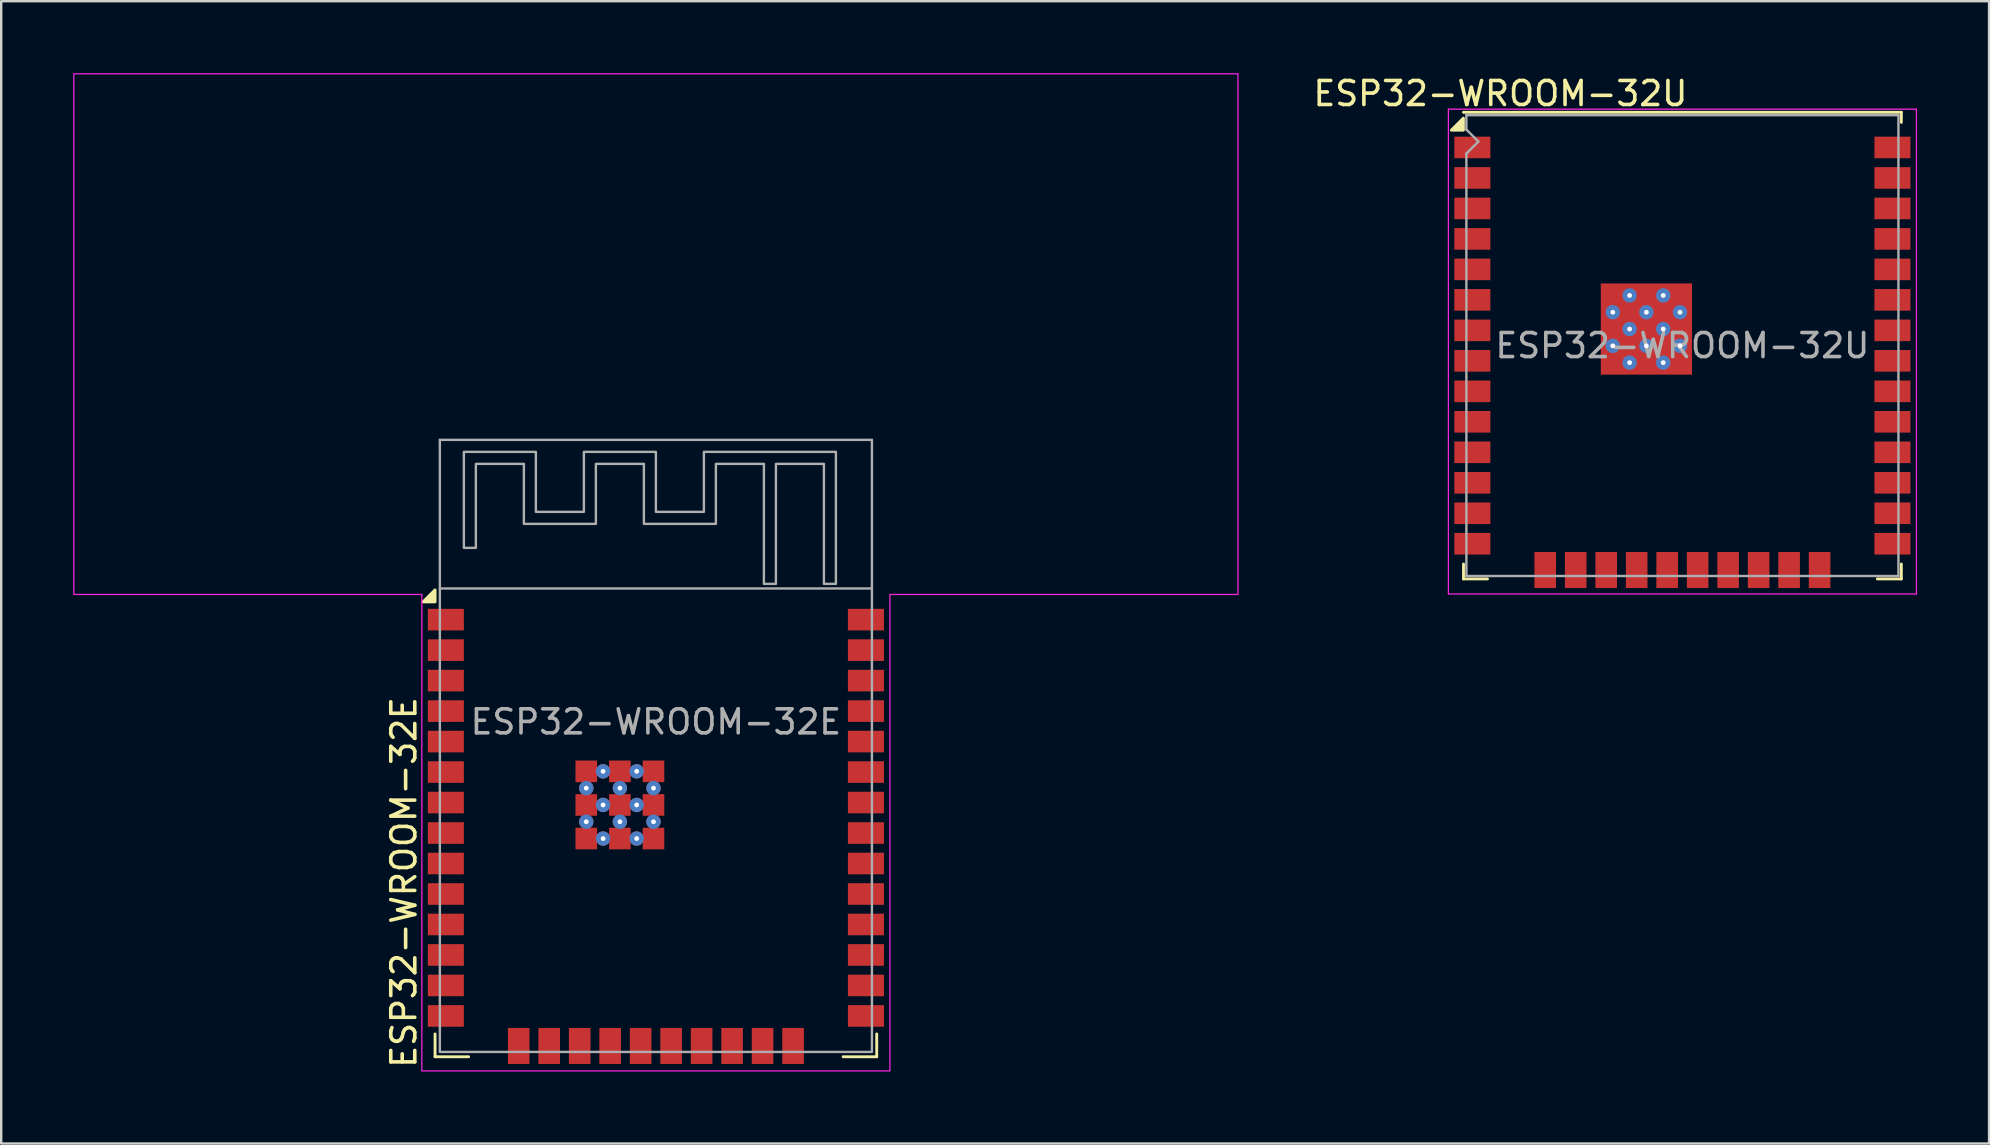
<source format=kicad_pcb>
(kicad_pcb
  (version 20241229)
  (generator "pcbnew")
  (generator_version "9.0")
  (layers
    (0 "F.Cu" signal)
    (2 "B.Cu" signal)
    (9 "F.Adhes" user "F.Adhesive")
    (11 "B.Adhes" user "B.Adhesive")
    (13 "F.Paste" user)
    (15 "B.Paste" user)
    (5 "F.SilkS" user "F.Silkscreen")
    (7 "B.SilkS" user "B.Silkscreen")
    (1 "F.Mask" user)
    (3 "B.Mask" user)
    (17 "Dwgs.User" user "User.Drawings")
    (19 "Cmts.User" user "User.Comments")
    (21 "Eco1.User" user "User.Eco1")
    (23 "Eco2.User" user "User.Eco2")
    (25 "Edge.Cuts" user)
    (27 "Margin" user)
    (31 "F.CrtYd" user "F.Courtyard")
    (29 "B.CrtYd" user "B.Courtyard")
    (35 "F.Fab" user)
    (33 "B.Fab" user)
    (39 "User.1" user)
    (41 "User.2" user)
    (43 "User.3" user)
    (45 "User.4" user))
  (footprint "ESP32-WROOM-32E"
    (layer "F.Cu")
    (at 24.275 28.025)
    (property "Reference" "ESP32-WROOM-32E" (at -10.5 13.5 90) (layer "F.SilkS") (effects (font (size 1 1) (thickness 0.15)) (justify left)))
    (attr smd)
    (fp_line (start -9.2 12.95) (end -9.2 12) (stroke (width 0.12) (type solid)) (layer "F.SilkS"))
    (fp_line (start -7.8 12.95) (end -9.2 12.95) (stroke (width 0.12) (type solid)) (layer "F.SilkS"))
    (fp_line (start 7.8 12.95) (end 9.2 12.95) (stroke (width 0.12) (type solid)) (layer "F.SilkS"))
    (fp_line (start 9.2 12.95) (end 9.2 12) (stroke (width 0.12) (type solid)) (layer "F.SilkS"))
    (fp_poly (pts (xy -9.2 -6) (xy -9.7 -6) (xy -9.2 -6.5) (xy -9.2 -6)) (stroke (width 0.12) (type solid)) (fill yes) (layer "F.SilkS"))
    (fp_poly (pts (xy -24.25 -28) (xy 24.25 -28) (xy 24.25 -6.31) (xy 9.75 -6.31) (xy 9.75 13.54) (xy -9.75 13.54) (xy -9.75 -6.31) (xy -24.25 -6.31)) (stroke (width 0.05) (type solid)) (fill no) (layer "F.CrtYd"))
    (fp_line (start -9 -12.75) (end 9 -12.75) (stroke (width 0.1) (type solid)) (layer "F.Fab"))
    (fp_line (start -9 -6.56) (end -9 -12.75) (stroke (width 0.1) (type solid)) (layer "F.Fab"))
    (fp_line (start 9 -12.75) (end 9 -6.56) (stroke (width 0.1) (type solid)) (layer "F.Fab"))
    (fp_rect (start -9 -6.56) (end 9 12.75) (stroke (width 0.1) (type solid)) (fill no) (layer "F.Fab"))
    (fp_poly (pts (xy -5 -9.75) (xy -3 -9.75) (xy -3 -12.25) (xy 0 -12.25) (xy 0 -9.75) (xy 2 -9.75) (xy 2 -12.25) (xy 7.5 -12.25) (xy 7.5 -6.75) (xy 7 -6.75) (xy 7 -11.75) (xy 5 -11.75) (xy 5 -6.75) (xy 4.5 -6.75) (xy 4.5 -11.75) (xy 2.5 -11.75) (xy 2.5 -9.25) (xy -0.5 -9.25) (xy -0.5 -11.75) (xy -2.5 -11.75) (xy -2.5 -9.25) (xy -5.5 -9.25) (xy -5.5 -11.75) (xy -7.5 -11.75) (xy -7.5 -8.25) (xy -8 -8.25) (xy -8 -12.25) (xy -5 -12.25)) (stroke (width 0.1) (type solid)) (fill no) (layer "F.Fab"))
    (fp_text user "${REFERENCE}" (at 0 -1 0) (layer "F.Fab") (effects (font (size 1 1) (thickness 0.15))))
    (pad "1" smd rect (at -8.75 -5.26) (size 1.5 0.9) (layers "F.Cu" "F.Mask" "F.Paste"))
    (pad "2" smd rect (at -8.75 -3.99) (size 1.5 0.9) (layers "F.Cu" "F.Mask" "F.Paste"))
    (pad "3" smd rect (at -8.75 -2.72) (size 1.5 0.9) (layers "F.Cu" "F.Mask" "F.Paste"))
    (pad "4" smd rect (at -8.75 -1.45) (size 1.5 0.9) (layers "F.Cu" "F.Mask" "F.Paste"))
    (pad "5" smd rect (at -8.75 -0.18) (size 1.5 0.9) (layers "F.Cu" "F.Mask" "F.Paste"))
    (pad "6" smd rect (at -8.75 1.09) (size 1.5 0.9) (layers "F.Cu" "F.Mask" "F.Paste"))
    (pad "7" smd rect (at -8.75 2.36) (size 1.5 0.9) (layers "F.Cu" "F.Mask" "F.Paste"))
    (pad "8" smd rect (at -8.75 3.63) (size 1.5 0.9) (layers "F.Cu" "F.Mask" "F.Paste"))
    (pad "9" smd rect (at -8.75 4.9) (size 1.5 0.9) (layers "F.Cu" "F.Mask" "F.Paste"))
    (pad "10" smd rect (at -8.75 6.17) (size 1.5 0.9) (layers "F.Cu" "F.Mask" "F.Paste"))
    (pad "11" smd rect (at -8.75 7.44) (size 1.5 0.9) (layers "F.Cu" "F.Mask" "F.Paste"))
    (pad "12" smd rect (at -8.75 8.71) (size 1.5 0.9) (layers "F.Cu" "F.Mask" "F.Paste"))
    (pad "13" smd rect (at -8.75 9.98) (size 1.5 0.9) (layers "F.Cu" "F.Mask" "F.Paste"))
    (pad "14" smd rect (at -8.75 11.25) (size 1.5 0.9) (layers "F.Cu" "F.Mask" "F.Paste"))
    (pad "15" smd rect (at -5.715 12.5 90) (size 1.5 0.9) (layers "F.Cu" "F.Mask" "F.Paste"))
    (pad "16" smd rect (at -4.445 12.5 90) (size 1.5 0.9) (layers "F.Cu" "F.Mask" "F.Paste"))
    (pad "17" smd rect (at -3.175 12.5 90) (size 1.5 0.9) (layers "F.Cu" "F.Mask" "F.Paste"))
    (pad "18" smd rect (at -1.905 12.5 90) (size 1.5 0.9) (layers "F.Cu" "F.Mask" "F.Paste"))
    (pad "19" smd rect (at -0.635 12.5 90) (size 1.5 0.9) (layers "F.Cu" "F.Mask" "F.Paste"))
    (pad "20" smd rect (at 0.635 12.5 90) (size 1.5 0.9) (layers "F.Cu" "F.Mask" "F.Paste"))
    (pad "21" smd rect (at 1.905 12.5 90) (size 1.5 0.9) (layers "F.Cu" "F.Mask" "F.Paste"))
    (pad "22" smd rect (at 3.175 12.5 90) (size 1.5 0.9) (layers "F.Cu" "F.Mask" "F.Paste"))
    (pad "23" smd rect (at 4.445 12.5 90) (size 1.5 0.9) (layers "F.Cu" "F.Mask" "F.Paste"))
    (pad "24" smd rect (at 5.715 12.5 90) (size 1.5 0.9) (layers "F.Cu" "F.Mask" "F.Paste"))
    (pad "25" smd rect (at 8.75 11.25) (size 1.5 0.9) (layers "F.Cu" "F.Mask" "F.Paste"))
    (pad "26" smd rect (at 8.75 9.98) (size 1.5 0.9) (layers "F.Cu" "F.Mask" "F.Paste"))
    (pad "27" smd rect (at 8.75 8.71) (size 1.5 0.9) (layers "F.Cu" "F.Mask" "F.Paste"))
    (pad "28" smd rect (at 8.75 7.44) (size 1.5 0.9) (layers "F.Cu" "F.Mask" "F.Paste"))
    (pad "29" smd rect (at 8.75 6.17) (size 1.5 0.9) (layers "F.Cu" "F.Mask" "F.Paste"))
    (pad "30" smd rect (at 8.75 4.9) (size 1.5 0.9) (layers "F.Cu" "F.Mask" "F.Paste"))
    (pad "31" smd rect (at 8.75 3.63) (size 1.5 0.9) (layers "F.Cu" "F.Mask" "F.Paste"))
    (pad "32" smd rect (at 8.75 2.36) (size 1.5 0.9) (layers "F.Cu" "F.Mask" "F.Paste"))
    (pad "33" smd rect (at 8.75 1.09) (size 1.5 0.9) (layers "F.Cu" "F.Mask" "F.Paste"))
    (pad "34" smd rect (at 8.75 -0.18) (size 1.5 0.9) (layers "F.Cu" "F.Mask" "F.Paste"))
    (pad "35" smd rect (at 8.75 -1.45) (size 1.5 0.9) (layers "F.Cu" "F.Mask" "F.Paste"))
    (pad "36" smd rect (at 8.75 -2.72) (size 1.5 0.9) (layers "F.Cu" "F.Mask" "F.Paste"))
    (pad "37" smd rect (at 8.75 -3.99) (size 1.5 0.9) (layers "F.Cu" "F.Mask" "F.Paste"))
    (pad "38" smd rect (at 8.75 -5.26) (size 1.5 0.9) (layers "F.Cu" "F.Mask" "F.Paste"))
    (pad "39" smd rect (at -2.9 1.06) (size 0.9 0.9) (layers "F.Cu" "F.Mask" "F.Paste"))
    (pad "39" thru_hole circle (at -2.9 1.76) (size 0.6 0.6) (drill 0.2) (layers "*.Cu" "*.Mask"))
    (pad "39" smd rect (at -2.9 2.46) (size 0.9 0.9) (layers "F.Cu" "F.Mask" "F.Paste"))
    (pad "39" thru_hole circle (at -2.9 3.16) (size 0.6 0.6) (drill 0.2) (layers "*.Cu" "*.Mask"))
    (pad "39" smd rect (at -2.9 3.86) (size 0.9 0.9) (layers "F.Cu" "F.Mask" "F.Paste"))
    (pad "39" thru_hole circle (at -2.2 1.06) (size 0.6 0.6) (drill 0.2) (layers "*.Cu" "*.Mask"))
    (pad "39" thru_hole circle (at -2.2 2.46) (size 0.6 0.6) (drill 0.2) (layers "*.Cu" "*.Mask"))
    (pad "39" thru_hole circle (at -2.2 3.86) (size 0.6 0.6) (drill 0.2) (layers "*.Cu" "*.Mask"))
    (pad "39" smd rect (at -1.5 1.06) (size 0.9 0.9) (layers "F.Cu" "F.Mask" "F.Paste"))
    (pad "39" thru_hole circle (at -1.5 1.76) (size 0.6 0.6) (drill 0.2) (layers "*.Cu" "*.Mask"))
    (pad "39" smd rect (at -1.5 2.46) (size 0.9 0.9) (layers "F.Cu" "F.Mask" "F.Paste"))
    (pad "39" thru_hole circle (at -1.5 3.16) (size 0.6 0.6) (drill 0.2) (layers "*.Cu" "*.Mask"))
    (pad "39" smd rect (at -1.5 3.86) (size 0.9 0.9) (layers "F.Cu" "F.Mask" "F.Paste"))
    (pad "39" thru_hole circle (at -0.8 1.06) (size 0.6 0.6) (drill 0.2) (layers "*.Cu" "*.Mask"))
    (pad "39" thru_hole circle (at -0.8 2.46) (size 0.6 0.6) (drill 0.2) (layers "*.Cu" "*.Mask"))
    (pad "39" thru_hole circle (at -0.8 3.86) (size 0.6 0.6) (drill 0.2) (layers "*.Cu" "*.Mask"))
    (pad "39" smd rect (at -0.1 1.06) (size 0.9 0.9) (layers "F.Cu" "F.Mask" "F.Paste"))
    (pad "39" thru_hole circle (at -0.1 1.76) (size 0.6 0.6) (drill 0.2) (layers "*.Cu" "*.Mask"))
    (pad "39" smd rect (at -0.1 2.46) (size 0.9 0.9) (layers "F.Cu" "F.Mask" "F.Paste"))
    (pad "39" thru_hole circle (at -0.1 3.16) (size 0.6 0.6) (drill 0.2) (layers "*.Cu" "*.Mask"))
    (pad "39" smd rect (at -0.1 3.86) (size 0.9 0.9) (layers "F.Cu" "F.Mask" "F.Paste"))
    (zone (net_name "") (layer "F.Cu") (hatch full 0.5) (connect_pads) (min_thickness 0.25) (filled_areas_thickness no) (keepout (tracks not_allowed) (vias not_allowed) (pads not_allowed) (copperpour not_allowed) (footprints not_allowed)) (placement (enabled no)) (fill) (polygon (pts (xy 0.275 0.275) (xy 48.275 0.275) (xy 48.275 21.465) (xy 0.275 21.465)))))
  (footprint "ESP32-WROOM-32U"
    (layer "F.Cu")
    (at 67.041 11.348)
    (property "Reference" "ESP32-WROOM-32U" (at -7.58 -10.5 180) (layer "F.SilkS") (effects (font (size 1 1) (thickness 0.15))))
    (attr smd)
    (fp_line (start -9.12 -9.72) (end 9.12 -9.72) (stroke (width 0.12) (type solid)) (layer "F.SilkS"))
    (fp_line (start -9.12 9.1) (end -9.12 9.72) (stroke (width 0.12) (type solid)) (layer "F.SilkS"))
    (fp_line (start -9.12 9.72) (end -8.12 9.72) (stroke (width 0.12) (type solid)) (layer "F.SilkS"))
    (fp_line (start 9.12 -9.72) (end 9.12 -9.3) (stroke (width 0.12) (type solid)) (layer "F.SilkS"))
    (fp_line (start 9.12 9.1) (end 9.12 9.72) (stroke (width 0.12) (type solid)) (layer "F.SilkS"))
    (fp_line (start 9.12 9.72) (end 8.12 9.72) (stroke (width 0.12) (type solid)) (layer "F.SilkS"))
    (fp_poly (pts (xy -9.125 -8.975) (xy -9.625 -8.975) (xy -9.125 -9.475) (xy -9.125 -8.975)) (stroke (width 0.12) (type solid)) (fill yes) (layer "F.SilkS"))
    (fp_line (start -9.75 10.35) (end -9.75 -9.85) (stroke (width 0.05) (type solid)) (layer "F.CrtYd"))
    (fp_line (start -9.75 10.35) (end 9.75 10.35) (stroke (width 0.05) (type solid)) (layer "F.CrtYd"))
    (fp_line (start 9.75 -9.85) (end -9.75 -9.85) (stroke (width 0.05) (type solid)) (layer "F.CrtYd"))
    (fp_line (start 9.75 -9.85) (end 9.75 10.35) (stroke (width 0.05) (type solid)) (layer "F.CrtYd"))
    (fp_line (start -9 -9.6) (end -9 -9) (stroke (width 0.1) (type solid)) (layer "F.Fab"))
    (fp_line (start -9 -9.6) (end 9 -9.6) (stroke (width 0.1) (type solid)) (layer "F.Fab"))
    (fp_line (start -9 -8) (end -9 9.6) (stroke (width 0.1) (type solid)) (layer "F.Fab"))
    (fp_line (start -9 -8) (end -8.5 -8.5) (stroke (width 0.1) (type solid)) (layer "F.Fab"))
    (fp_line (start -9 9.6) (end 9 9.6) (stroke (width 0.1) (type solid)) (layer "F.Fab"))
    (fp_line (start -8.5 -8.5) (end -9 -9) (stroke (width 0.1) (type solid)) (layer "F.Fab"))
    (fp_line (start 9 9.6) (end 9 -9.6) (stroke (width 0.1) (type solid)) (layer "F.Fab"))
    (fp_text user "${REFERENCE}" (at 0 0 0) (layer "F.Fab") (effects (font (size 1 1) (thickness 0.15))))
    (pad "1" smd rect (at -8.75 -8.255) (size 1.5 0.9) (layers "F.Cu" "F.Mask" "F.Paste"))
    (pad "2" smd rect (at -8.75 -6.985) (size 1.5 0.9) (layers "F.Cu" "F.Mask" "F.Paste"))
    (pad "3" smd rect (at -8.75 -5.715) (size 1.5 0.9) (layers "F.Cu" "F.Mask" "F.Paste"))
    (pad "4" smd rect (at -8.75 -4.445) (size 1.5 0.9) (layers "F.Cu" "F.Mask" "F.Paste"))
    (pad "5" smd rect (at -8.75 -3.175) (size 1.5 0.9) (layers "F.Cu" "F.Mask" "F.Paste"))
    (pad "6" smd rect (at -8.75 -1.905) (size 1.5 0.9) (layers "F.Cu" "F.Mask" "F.Paste"))
    (pad "7" smd rect (at -8.75 -0.635) (size 1.5 0.9) (layers "F.Cu" "F.Mask" "F.Paste"))
    (pad "8" smd rect (at -8.75 0.635) (size 1.5 0.9) (layers "F.Cu" "F.Mask" "F.Paste"))
    (pad "9" smd rect (at -8.75 1.905) (size 1.5 0.9) (layers "F.Cu" "F.Mask" "F.Paste"))
    (pad "10" smd rect (at -8.75 3.175) (size 1.5 0.9) (layers "F.Cu" "F.Mask" "F.Paste"))
    (pad "11" smd rect (at -8.75 4.445) (size 1.5 0.9) (layers "F.Cu" "F.Mask" "F.Paste"))
    (pad "12" smd rect (at -8.75 5.715) (size 1.5 0.9) (layers "F.Cu" "F.Mask" "F.Paste"))
    (pad "13" smd rect (at -8.75 6.985) (size 1.5 0.9) (layers "F.Cu" "F.Mask" "F.Paste"))
    (pad "14" smd rect (at -8.75 8.255) (size 1.5 0.9) (layers "F.Cu" "F.Mask" "F.Paste"))
    (pad "15" smd rect (at -5.715 9.35 90) (size 1.5 0.9) (layers "F.Cu" "F.Mask" "F.Paste"))
    (pad "16" smd rect (at -4.445 9.35 90) (size 1.5 0.9) (layers "F.Cu" "F.Mask" "F.Paste"))
    (pad "17" smd rect (at -3.175 9.35 90) (size 1.5 0.9) (layers "F.Cu" "F.Mask" "F.Paste"))
    (pad "18" smd rect (at -1.905 9.35 90) (size 1.5 0.9) (layers "F.Cu" "F.Mask" "F.Paste"))
    (pad "19" smd rect (at -0.635 9.35 90) (size 1.5 0.9) (layers "F.Cu" "F.Mask" "F.Paste"))
    (pad "20" smd rect (at 0.635 9.35 90) (size 1.5 0.9) (layers "F.Cu" "F.Mask" "F.Paste"))
    (pad "21" smd rect (at 1.905 9.35 90) (size 1.5 0.9) (layers "F.Cu" "F.Mask" "F.Paste"))
    (pad "22" smd rect (at 3.175 9.35 90) (size 1.5 0.9) (layers "F.Cu" "F.Mask" "F.Paste"))
    (pad "23" smd rect (at 4.445 9.35 90) (size 1.5 0.9) (layers "F.Cu" "F.Mask" "F.Paste"))
    (pad "24" smd rect (at 5.715 9.35 90) (size 1.5 0.9) (layers "F.Cu" "F.Mask" "F.Paste"))
    (pad "25" smd rect (at 8.75 8.255) (size 1.5 0.9) (layers "F.Cu" "F.Mask" "F.Paste"))
    (pad "26" smd rect (at 8.75 6.985) (size 1.5 0.9) (layers "F.Cu" "F.Mask" "F.Paste"))
    (pad "27" smd rect (at 8.75 5.715) (size 1.5 0.9) (layers "F.Cu" "F.Mask" "F.Paste"))
    (pad "28" smd rect (at 8.75 4.445) (size 1.5 0.9) (layers "F.Cu" "F.Mask" "F.Paste"))
    (pad "29" smd rect (at 8.75 3.175) (size 1.5 0.9) (layers "F.Cu" "F.Mask" "F.Paste"))
    (pad "30" smd rect (at 8.75 1.905) (size 1.5 0.9) (layers "F.Cu" "F.Mask" "F.Paste"))
    (pad "31" smd rect (at 8.75 0.635) (size 1.5 0.9) (layers "F.Cu" "F.Mask" "F.Paste"))
    (pad "32" smd rect (at 8.75 -0.635) (size 1.5 0.9) (layers "F.Cu" "F.Mask" "F.Paste"))
    (pad "33" smd rect (at 8.75 -1.905) (size 1.5 0.9) (layers "F.Cu" "F.Mask" "F.Paste"))
    (pad "34" smd rect (at 8.75 -3.175) (size 1.5 0.9) (layers "F.Cu" "F.Mask" "F.Paste"))
    (pad "35" smd rect (at 8.75 -4.445) (size 1.5 0.9) (layers "F.Cu" "F.Mask" "F.Paste"))
    (pad "36" smd rect (at 8.75 -5.715) (size 1.5 0.9) (layers "F.Cu" "F.Mask" "F.Paste"))
    (pad "37" smd rect (at 8.75 -6.985) (size 1.5 0.9) (layers "F.Cu" "F.Mask" "F.Paste"))
    (pad "38" smd rect (at 8.75 -8.255) (size 1.5 0.9) (layers "F.Cu" "F.Mask" "F.Paste"))
    (pad "39" smd rect (at -2.9 -2.09) (size 0.9 0.9) (layers "F.Cu" "F.Paste"))
    (pad "39" thru_hole circle (at -2.9 -1.39) (size 0.6 0.6) (drill 0.2) (property pad_prop_heatsink) (layers "*.Cu" "F.Mask"))
    (pad "39" smd rect (at -2.9 -0.69) (size 0.9 0.9) (layers "F.Cu" "F.Paste"))
    (pad "39" thru_hole circle (at -2.9 0.01) (size 0.6 0.6) (drill 0.2) (property pad_prop_heatsink) (layers "*.Cu" "F.Mask"))
    (pad "39" smd rect (at -2.9 0.71) (size 0.9 0.9) (layers "F.Cu" "F.Paste"))
    (pad "39" thru_hole circle (at -2.2 -2.09) (size 0.6 0.6) (drill 0.2) (property pad_prop_heatsink) (layers "*.Cu" "F.Mask"))
    (pad "39" thru_hole circle (at -2.2 -0.69) (size 0.6 0.6) (drill 0.2) (property pad_prop_heatsink) (layers "*.Cu" "F.Mask"))
    (pad "39" thru_hole circle (at -2.2 0.71) (size 0.6 0.6) (drill 0.2) (property pad_prop_heatsink) (layers "*.Cu" "F.Mask"))
    (pad "39" smd rect (at -1.5 -2.09) (size 0.9 0.9) (layers "F.Cu" "F.Paste"))
    (pad "39" thru_hole circle (at -1.5 -1.39) (size 0.6 0.6) (drill 0.2) (property pad_prop_heatsink) (layers "*.Cu" "F.Mask"))
    (pad "39" smd rect (at -1.5 -0.69) (size 0.9 0.9) (layers "F.Cu" "F.Paste"))
    (pad "39" smd rect (at -1.5 -0.69) (size 3.8 3.8) (layers "F.Cu" "F.Mask"))
    (pad "39" thru_hole circle (at -1.5 0.01) (size 0.6 0.6) (drill 0.2) (property pad_prop_heatsink) (layers "*.Cu" "F.Mask"))
    (pad "39" smd rect (at -1.5 0.71) (size 0.9 0.9) (layers "F.Cu" "F.Paste"))
    (pad "39" thru_hole circle (at -0.8 -2.09) (size 0.6 0.6) (drill 0.2) (property pad_prop_heatsink) (layers "*.Cu" "F.Mask"))
    (pad "39" thru_hole circle (at -0.8 -0.69) (size 0.6 0.6) (drill 0.2) (property pad_prop_heatsink) (layers "*.Cu" "F.Mask"))
    (pad "39" thru_hole circle (at -0.8 0.71) (size 0.6 0.6) (drill 0.2) (property pad_prop_heatsink) (layers "*.Cu" "F.Mask"))
    (pad "39" smd rect (at -0.1 -2.09) (size 0.9 0.9) (layers "F.Cu" "F.Paste"))
    (pad "39" thru_hole circle (at -0.1 -1.39) (size 0.6 0.6) (drill 0.2) (property pad_prop_heatsink) (layers "*.Cu" "F.Mask"))
    (pad "39" smd rect (at -0.1 -0.69) (size 0.9 0.9) (layers "F.Cu" "F.Paste"))
    (pad "39" thru_hole circle (at -0.1 0.01) (size 0.6 0.6) (drill 0.2) (property pad_prop_heatsink) (layers "*.Cu" "F.Mask"))
    (pad "39" smd rect (at -0.1 0.71) (size 0.9 0.9) (layers "F.Cu" "F.Paste")))
  (gr_rect
    (start -3 -3)
    (end 79.816 44.59)
    (stroke (width 0.1) (type default))
    (fill no)
    (layer "Edge.Cuts")))
</source>
